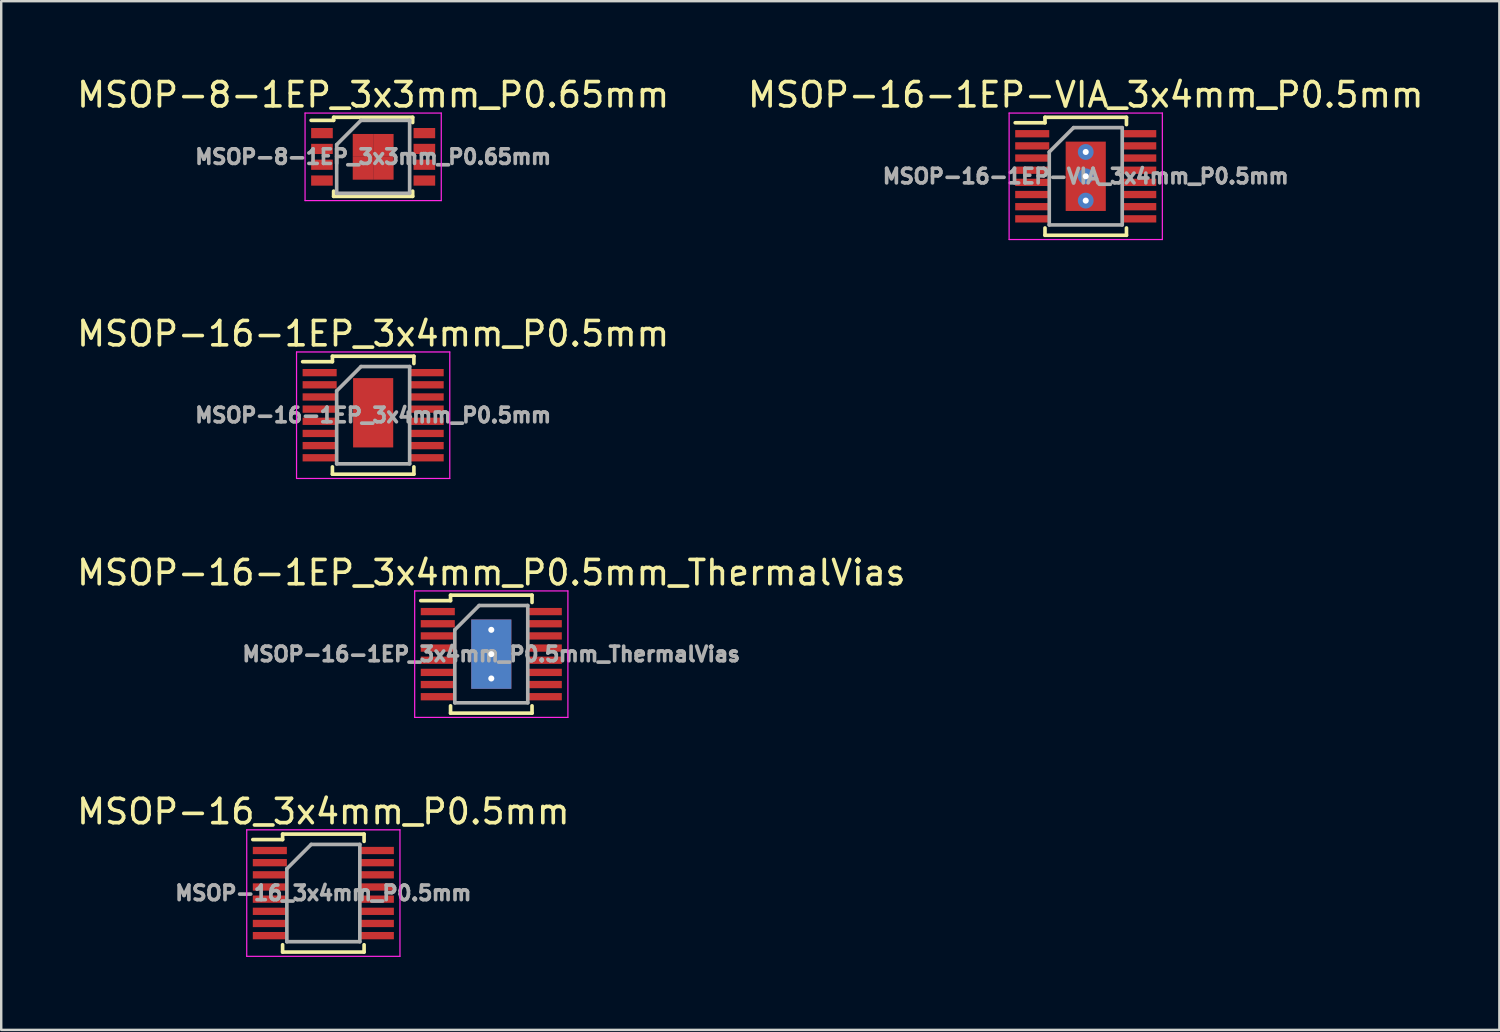
<source format=kicad_pcb>
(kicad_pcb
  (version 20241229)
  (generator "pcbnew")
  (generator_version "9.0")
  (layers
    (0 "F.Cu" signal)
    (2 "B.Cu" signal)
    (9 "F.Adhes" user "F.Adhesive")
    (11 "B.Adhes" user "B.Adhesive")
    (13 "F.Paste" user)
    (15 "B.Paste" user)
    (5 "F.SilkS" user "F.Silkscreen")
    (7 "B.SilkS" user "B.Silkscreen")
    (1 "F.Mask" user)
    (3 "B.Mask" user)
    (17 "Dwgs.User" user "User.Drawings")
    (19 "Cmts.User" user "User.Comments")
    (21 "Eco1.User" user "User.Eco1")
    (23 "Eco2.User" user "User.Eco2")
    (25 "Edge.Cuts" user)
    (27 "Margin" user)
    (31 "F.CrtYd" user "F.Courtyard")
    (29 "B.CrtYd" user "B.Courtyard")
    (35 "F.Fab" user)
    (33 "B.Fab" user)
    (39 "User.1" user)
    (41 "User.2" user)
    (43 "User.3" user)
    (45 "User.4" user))
  (footprint "MSOP-16-1EP-VIA_3x4mm_P0.5mm"
    (layer "F.Cu")
    (at 41.589 4.198)
    (property "Reference" "MSOP-16-1EP-VIA_3x4mm_P0.5mm" (at 0 -3.35 0) (layer "F.SilkS") (effects (font (size 1 1) (thickness 0.15))))
    (attr smd)
    (fp_line (start -1.675 -2.425) (end -1.675 -2.2) (stroke (width 0.15) (type solid)) (layer "F.SilkS"))
    (fp_line (start -1.675 -2.425) (end 1.675 -2.425) (stroke (width 0.15) (type solid)) (layer "F.SilkS"))
    (fp_line (start -1.675 -2.2) (end -2.9 -2.2) (stroke (width 0.15) (type solid)) (layer "F.SilkS"))
    (fp_line (start -1.675 2.425) (end -1.675 2.125) (stroke (width 0.15) (type solid)) (layer "F.SilkS"))
    (fp_line (start -1.675 2.425) (end 1.675 2.425) (stroke (width 0.15) (type solid)) (layer "F.SilkS"))
    (fp_line (start 1.675 -2.425) (end 1.675 -2.125) (stroke (width 0.15) (type solid)) (layer "F.SilkS"))
    (fp_line (start 1.675 2.425) (end 1.675 2.125) (stroke (width 0.15) (type solid)) (layer "F.SilkS"))
    (fp_line (start -3.15 -2.6) (end -3.15 2.6) (stroke (width 0.05) (type solid)) (layer "F.CrtYd"))
    (fp_line (start -3.15 -2.6) (end 3.15 -2.6) (stroke (width 0.05) (type solid)) (layer "F.CrtYd"))
    (fp_line (start -3.15 2.6) (end 3.15 2.6) (stroke (width 0.05) (type solid)) (layer "F.CrtYd"))
    (fp_line (start 3.15 -2.6) (end 3.15 2.6) (stroke (width 0.05) (type solid)) (layer "F.CrtYd"))
    (fp_line (start -1.5 -1) (end -0.5 -2) (stroke (width 0.15) (type solid)) (layer "F.Fab"))
    (fp_line (start -1.5 2) (end -1.5 -1) (stroke (width 0.15) (type solid)) (layer "F.Fab"))
    (fp_line (start -0.5 -2) (end 1.5 -2) (stroke (width 0.15) (type solid)) (layer "F.Fab"))
    (fp_line (start 1.5 -2) (end 1.5 2) (stroke (width 0.15) (type solid)) (layer "F.Fab"))
    (fp_line (start 1.5 2) (end -1.5 2) (stroke (width 0.15) (type solid)) (layer "F.Fab"))
    (fp_text user "${REFERENCE}" (at 0 0 0) (layer "F.Fab") (effects (font (size 0.6 0.6) (thickness 0.15))))
    (pad "1" smd rect (at -2.2 -1.75) (size 1.4 0.3) (layers "F.Cu" "F.Mask" "F.Paste"))
    (pad "2" smd rect (at -2.2 -1.25) (size 1.4 0.3) (layers "F.Cu" "F.Mask" "F.Paste"))
    (pad "3" smd rect (at -2.2 -0.75) (size 1.4 0.3) (layers "F.Cu" "F.Mask" "F.Paste"))
    (pad "4" smd rect (at -2.2 -0.25) (size 1.4 0.3) (layers "F.Cu" "F.Mask" "F.Paste"))
    (pad "5" smd rect (at -2.2 0.25) (size 1.4 0.3) (layers "F.Cu" "F.Mask" "F.Paste"))
    (pad "6" smd rect (at -2.2 0.75) (size 1.4 0.3) (layers "F.Cu" "F.Mask" "F.Paste"))
    (pad "7" smd rect (at -2.2 1.25) (size 1.4 0.3) (layers "F.Cu" "F.Mask" "F.Paste"))
    (pad "8" smd rect (at -2.2 1.75) (size 1.4 0.3) (layers "F.Cu" "F.Mask" "F.Paste"))
    (pad "9" smd rect (at 2.2 1.75) (size 1.4 0.3) (layers "F.Cu" "F.Mask" "F.Paste"))
    (pad "10" smd rect (at 2.2 1.25) (size 1.4 0.3) (layers "F.Cu" "F.Mask" "F.Paste"))
    (pad "11" smd rect (at 2.2 0.75) (size 1.4 0.3) (layers "F.Cu" "F.Mask" "F.Paste"))
    (pad "12" smd rect (at 2.2 0.25) (size 1.4 0.3) (layers "F.Cu" "F.Mask" "F.Paste"))
    (pad "13" smd rect (at 2.2 -0.25) (size 1.4 0.3) (layers "F.Cu" "F.Mask" "F.Paste"))
    (pad "14" smd rect (at 2.2 -0.75) (size 1.4 0.3) (layers "F.Cu" "F.Mask" "F.Paste"))
    (pad "15" smd rect (at 2.2 -1.25) (size 1.4 0.3) (layers "F.Cu" "F.Mask" "F.Paste"))
    (pad "16" smd rect (at 2.2 -1.75) (size 1.4 0.3) (layers "F.Cu" "F.Mask" "F.Paste"))
    (pad "17" thru_hole circle (at 0 -1) (size 0.65 0.65) (drill 0.25) (layers "*.Cu" "*.Paste" "*.Mask"))
    (pad "17" thru_hole circle (at 0 0) (size 0.65 0.65) (drill 0.25) (layers "*.Cu" "*.Paste" "*.Mask"))
    (pad "17" smd rect (at 0 0) (size 1.65 2.85) (layers "F.Cu" "F.Mask" "F.Paste"))
    (pad "17" thru_hole circle (at 0 1) (size 0.65 0.65) (drill 0.25) (layers "*.Cu" "*.Paste" "*.Mask")))
  (footprint "MSOP-16_3x4mm_P0.5mm"
    (layer "F.Cu")
    (at 10.244 33.668)
    (property "Reference" "MSOP-16_3x4mm_P0.5mm" (at 0 -3.35 0) (layer "F.SilkS") (effects (font (size 1 1) (thickness 0.15))))
    (attr smd)
    (fp_line (start -1.675 -2.425) (end -1.675 -2.2) (stroke (width 0.15) (type solid)) (layer "F.SilkS"))
    (fp_line (start -1.675 -2.425) (end 1.675 -2.425) (stroke (width 0.15) (type solid)) (layer "F.SilkS"))
    (fp_line (start -1.675 -2.2) (end -2.9 -2.2) (stroke (width 0.15) (type solid)) (layer "F.SilkS"))
    (fp_line (start -1.675 2.425) (end -1.675 2.125) (stroke (width 0.15) (type solid)) (layer "F.SilkS"))
    (fp_line (start -1.675 2.425) (end 1.675 2.425) (stroke (width 0.15) (type solid)) (layer "F.SilkS"))
    (fp_line (start 1.675 -2.425) (end 1.675 -2.125) (stroke (width 0.15) (type solid)) (layer "F.SilkS"))
    (fp_line (start 1.675 2.425) (end 1.675 2.125) (stroke (width 0.15) (type solid)) (layer "F.SilkS"))
    (fp_line (start -3.15 -2.6) (end -3.15 2.6) (stroke (width 0.05) (type solid)) (layer "F.CrtYd"))
    (fp_line (start -3.15 -2.6) (end 3.15 -2.6) (stroke (width 0.05) (type solid)) (layer "F.CrtYd"))
    (fp_line (start -3.15 2.6) (end 3.15 2.6) (stroke (width 0.05) (type solid)) (layer "F.CrtYd"))
    (fp_line (start 3.15 -2.6) (end 3.15 2.6) (stroke (width 0.05) (type solid)) (layer "F.CrtYd"))
    (fp_line (start -1.5 -1) (end -0.5 -2) (stroke (width 0.15) (type solid)) (layer "F.Fab"))
    (fp_line (start -1.5 2) (end -1.5 -1) (stroke (width 0.15) (type solid)) (layer "F.Fab"))
    (fp_line (start -0.5 -2) (end 1.5 -2) (stroke (width 0.15) (type solid)) (layer "F.Fab"))
    (fp_line (start 1.5 -2) (end 1.5 2) (stroke (width 0.15) (type solid)) (layer "F.Fab"))
    (fp_line (start 1.5 2) (end -1.5 2) (stroke (width 0.15) (type solid)) (layer "F.Fab"))
    (fp_text user "${REFERENCE}" (at 0 0 0) (layer "F.Fab") (effects (font (size 0.6 0.6) (thickness 0.15))))
    (pad "1" smd rect (at -2.2 -1.75) (size 1.4 0.3) (layers "F.Cu" "F.Mask" "F.Paste"))
    (pad "2" smd rect (at -2.2 -1.25) (size 1.4 0.3) (layers "F.Cu" "F.Mask" "F.Paste"))
    (pad "3" smd rect (at -2.2 -0.75) (size 1.4 0.3) (layers "F.Cu" "F.Mask" "F.Paste"))
    (pad "4" smd rect (at -2.2 -0.25) (size 1.4 0.3) (layers "F.Cu" "F.Mask" "F.Paste"))
    (pad "5" smd rect (at -2.2 0.25) (size 1.4 0.3) (layers "F.Cu" "F.Mask" "F.Paste"))
    (pad "6" smd rect (at -2.2 0.75) (size 1.4 0.3) (layers "F.Cu" "F.Mask" "F.Paste"))
    (pad "7" smd rect (at -2.2 1.25) (size 1.4 0.3) (layers "F.Cu" "F.Mask" "F.Paste"))
    (pad "8" smd rect (at -2.2 1.75) (size 1.4 0.3) (layers "F.Cu" "F.Mask" "F.Paste"))
    (pad "9" smd rect (at 2.2 1.75) (size 1.4 0.3) (layers "F.Cu" "F.Mask" "F.Paste"))
    (pad "10" smd rect (at 2.2 1.25) (size 1.4 0.3) (layers "F.Cu" "F.Mask" "F.Paste"))
    (pad "11" smd rect (at 2.2 0.75) (size 1.4 0.3) (layers "F.Cu" "F.Mask" "F.Paste"))
    (pad "12" smd rect (at 2.2 0.25) (size 1.4 0.3) (layers "F.Cu" "F.Mask" "F.Paste"))
    (pad "13" smd rect (at 2.2 -0.25) (size 1.4 0.3) (layers "F.Cu" "F.Mask" "F.Paste"))
    (pad "14" smd rect (at 2.2 -0.75) (size 1.4 0.3) (layers "F.Cu" "F.Mask" "F.Paste"))
    (pad "15" smd rect (at 2.2 -1.25) (size 1.4 0.3) (layers "F.Cu" "F.Mask" "F.Paste"))
    (pad "16" smd rect (at 2.2 -1.75) (size 1.4 0.3) (layers "F.Cu" "F.Mask" "F.Paste")))
  (footprint "MSOP-8-1EP_3x3mm_P0.65mm"
    (layer "F.Cu")
    (at 12.292 3.398)
    (property "Reference" "MSOP-8-1EP_3x3mm_P0.65mm" (at 0 -2.55 0) (layer "F.SilkS") (effects (font (size 1 1) (thickness 0.15))))
    (attr smd)
    (fp_line (start -1.625 -1.625) (end -1.625 -1.5) (stroke (width 0.15) (type solid)) (layer "F.SilkS"))
    (fp_line (start -1.625 -1.625) (end 1.625 -1.625) (stroke (width 0.15) (type solid)) (layer "F.SilkS"))
    (fp_line (start -1.625 -1.5) (end -2.55 -1.5) (stroke (width 0.15) (type solid)) (layer "F.SilkS"))
    (fp_line (start -1.625 1.625) (end -1.625 1.41) (stroke (width 0.15) (type solid)) (layer "F.SilkS"))
    (fp_line (start -1.625 1.625) (end 1.625 1.625) (stroke (width 0.15) (type solid)) (layer "F.SilkS"))
    (fp_line (start 1.625 -1.625) (end 1.625 -1.41) (stroke (width 0.15) (type solid)) (layer "F.SilkS"))
    (fp_line (start 1.625 1.625) (end 1.625 1.41) (stroke (width 0.15) (type solid)) (layer "F.SilkS"))
    (fp_line (start -2.8 -1.8) (end -2.8 1.8) (stroke (width 0.05) (type solid)) (layer "F.CrtYd"))
    (fp_line (start -2.8 -1.8) (end 2.8 -1.8) (stroke (width 0.05) (type solid)) (layer "F.CrtYd"))
    (fp_line (start -2.8 1.8) (end 2.8 1.8) (stroke (width 0.05) (type solid)) (layer "F.CrtYd"))
    (fp_line (start 2.8 -1.8) (end 2.8 1.8) (stroke (width 0.05) (type solid)) (layer "F.CrtYd"))
    (fp_line (start -1.5 -0.5) (end -0.5 -1.5) (stroke (width 0.15) (type solid)) (layer "F.Fab"))
    (fp_line (start -1.5 1.5) (end -1.5 -0.5) (stroke (width 0.15) (type solid)) (layer "F.Fab"))
    (fp_line (start -0.5 -1.5) (end 1.5 -1.5) (stroke (width 0.15) (type solid)) (layer "F.Fab"))
    (fp_line (start 1.5 -1.5) (end 1.5 1.5) (stroke (width 0.15) (type solid)) (layer "F.Fab"))
    (fp_line (start 1.5 1.5) (end -1.5 1.5) (stroke (width 0.15) (type solid)) (layer "F.Fab"))
    (fp_text user "${REFERENCE}" (at 0 0 0) (layer "F.Fab") (effects (font (size 0.6 0.6) (thickness 0.15))))
    (pad "1" smd rect (at -2.105 -0.975) (size 0.89 0.42) (layers "F.Cu" "F.Mask" "F.Paste"))
    (pad "2" smd rect (at -2.105 -0.325) (size 0.89 0.42) (layers "F.Cu" "F.Mask" "F.Paste"))
    (pad "3" smd rect (at -2.105 0.325) (size 0.89 0.42) (layers "F.Cu" "F.Mask" "F.Paste"))
    (pad "4" smd rect (at -2.105 0.975) (size 0.89 0.42) (layers "F.Cu" "F.Mask" "F.Paste"))
    (pad "5" smd rect (at 2.105 0.975) (size 0.89 0.42) (layers "F.Cu" "F.Mask" "F.Paste"))
    (pad "6" smd rect (at 2.105 0.325) (size 0.89 0.42) (layers "F.Cu" "F.Mask" "F.Paste"))
    (pad "7" smd rect (at 2.105 -0.325) (size 0.89 0.42) (layers "F.Cu" "F.Mask" "F.Paste"))
    (pad "8" smd rect (at 2.105 -0.975) (size 0.89 0.42) (layers "F.Cu" "F.Mask" "F.Paste"))
    (pad "9" smd rect (at -0.42 -0.47) (size 0.84 0.94) (layers "F.Cu" "F.Mask" "F.Paste"))
    (pad "9" smd rect (at -0.42 0.47) (size 0.84 0.94) (layers "F.Cu" "F.Mask" "F.Paste"))
    (pad "9" smd rect (at 0.42 -0.47) (size 0.84 0.94) (layers "F.Cu" "F.Mask" "F.Paste"))
    (pad "9" smd rect (at 0.42 0.47) (size 0.84 0.94) (layers "F.Cu" "F.Mask" "F.Paste")))
  (footprint "MSOP-16-1EP_3x4mm_P0.5mm_ThermalVias"
    (layer "F.Cu")
    (at 17.149 23.845)
    (property "Reference" "MSOP-16-1EP_3x4mm_P0.5mm_ThermalVias" (at 0 -3.35 0) (layer "F.SilkS") (effects (font (size 1 1) (thickness 0.15))))
    (attr smd)
    (fp_line (start -1.675 -2.425) (end -1.675 -2.2) (stroke (width 0.15) (type solid)) (layer "F.SilkS"))
    (fp_line (start -1.675 -2.425) (end 1.675 -2.425) (stroke (width 0.15) (type solid)) (layer "F.SilkS"))
    (fp_line (start -1.675 -2.2) (end -2.9 -2.2) (stroke (width 0.15) (type solid)) (layer "F.SilkS"))
    (fp_line (start -1.675 2.425) (end -1.675 2.125) (stroke (width 0.15) (type solid)) (layer "F.SilkS"))
    (fp_line (start -1.675 2.425) (end 1.675 2.425) (stroke (width 0.15) (type solid)) (layer "F.SilkS"))
    (fp_line (start 1.675 -2.425) (end 1.675 -2.125) (stroke (width 0.15) (type solid)) (layer "F.SilkS"))
    (fp_line (start 1.675 2.425) (end 1.675 2.125) (stroke (width 0.15) (type solid)) (layer "F.SilkS"))
    (fp_line (start -3.15 -2.6) (end -3.15 2.6) (stroke (width 0.05) (type solid)) (layer "F.CrtYd"))
    (fp_line (start -3.15 -2.6) (end 3.15 -2.6) (stroke (width 0.05) (type solid)) (layer "F.CrtYd"))
    (fp_line (start -3.15 2.6) (end 3.15 2.6) (stroke (width 0.05) (type solid)) (layer "F.CrtYd"))
    (fp_line (start 3.15 -2.6) (end 3.15 2.6) (stroke (width 0.05) (type solid)) (layer "F.CrtYd"))
    (fp_line (start -1.5 -1) (end -0.5 -2) (stroke (width 0.15) (type solid)) (layer "F.Fab"))
    (fp_line (start -1.5 2) (end -1.5 -1) (stroke (width 0.15) (type solid)) (layer "F.Fab"))
    (fp_line (start -0.5 -2) (end 1.5 -2) (stroke (width 0.15) (type solid)) (layer "F.Fab"))
    (fp_line (start 1.5 -2) (end 1.5 2) (stroke (width 0.15) (type solid)) (layer "F.Fab"))
    (fp_line (start 1.5 2) (end -1.5 2) (stroke (width 0.15) (type solid)) (layer "F.Fab"))
    (fp_text user "${REFERENCE}" (at 0 0 0) (layer "F.Fab") (effects (font (size 0.6 0.6) (thickness 0.15))))
    (pad "1" smd rect (at -2.2 -1.75) (size 1.4 0.3) (layers "F.Cu" "F.Mask" "F.Paste"))
    (pad "2" smd rect (at -2.2 -1.25) (size 1.4 0.3) (layers "F.Cu" "F.Mask" "F.Paste"))
    (pad "3" smd rect (at -2.2 -0.75) (size 1.4 0.3) (layers "F.Cu" "F.Mask" "F.Paste"))
    (pad "4" smd rect (at -2.2 -0.25) (size 1.4 0.3) (layers "F.Cu" "F.Mask" "F.Paste"))
    (pad "5" smd rect (at -2.2 0.25) (size 1.4 0.3) (layers "F.Cu" "F.Mask" "F.Paste"))
    (pad "6" smd rect (at -2.2 0.75) (size 1.4 0.3) (layers "F.Cu" "F.Mask" "F.Paste"))
    (pad "7" smd rect (at -2.2 1.25) (size 1.4 0.3) (layers "F.Cu" "F.Mask" "F.Paste"))
    (pad "8" smd rect (at -2.2 1.75) (size 1.4 0.3) (layers "F.Cu" "F.Mask" "F.Paste"))
    (pad "9" smd rect (at 2.2 1.75) (size 1.4 0.3) (layers "F.Cu" "F.Mask" "F.Paste"))
    (pad "10" smd rect (at 2.2 1.25) (size 1.4 0.3) (layers "F.Cu" "F.Mask" "F.Paste"))
    (pad "11" smd rect (at 2.2 0.75) (size 1.4 0.3) (layers "F.Cu" "F.Mask" "F.Paste"))
    (pad "12" smd rect (at 2.2 0.25) (size 1.4 0.3) (layers "F.Cu" "F.Mask" "F.Paste"))
    (pad "13" smd rect (at 2.2 -0.25) (size 1.4 0.3) (layers "F.Cu" "F.Mask" "F.Paste"))
    (pad "14" smd rect (at 2.2 -0.75) (size 1.4 0.3) (layers "F.Cu" "F.Mask" "F.Paste"))
    (pad "15" smd rect (at 2.2 -1.25) (size 1.4 0.3) (layers "F.Cu" "F.Mask" "F.Paste"))
    (pad "16" smd rect (at 2.2 -1.75) (size 1.4 0.3) (layers "F.Cu" "F.Mask" "F.Paste"))
    (pad "17" thru_hole circle (at 0 -1) (size 0.65 0.65) (drill 0.25) (layers "*.Cu" "F.Paste"))
    (pad "17" thru_hole circle (at 0 0) (size 0.65 0.65) (drill 0.25) (layers "*.Cu" "F.Paste"))
    (pad "17" smd rect (at 0 0) (size 1.65 2.85) (layers "F.Cu" "F.Mask" "F.Paste"))
    (pad "17" smd rect (at 0 0) (size 1.65 2.85) (layers "B.Cu"))
    (pad "17" thru_hole circle (at 0 1) (size 0.65 0.65) (drill 0.25) (layers "*.Cu" "F.Paste")))
  (footprint "MSOP-16-1EP_3x4mm_P0.5mm"
    (layer "F.Cu")
    (at 12.292 14.021)
    (property "Reference" "MSOP-16-1EP_3x4mm_P0.5mm" (at 0 -3.35 0) (layer "F.SilkS") (effects (font (size 1 1) (thickness 0.15))))
    (attr smd)
    (fp_line (start -1.675 -2.425) (end -1.675 -2.2) (stroke (width 0.15) (type solid)) (layer "F.SilkS"))
    (fp_line (start -1.675 -2.425) (end 1.675 -2.425) (stroke (width 0.15) (type solid)) (layer "F.SilkS"))
    (fp_line (start -1.675 -2.2) (end -2.9 -2.2) (stroke (width 0.15) (type solid)) (layer "F.SilkS"))
    (fp_line (start -1.675 2.425) (end -1.675 2.125) (stroke (width 0.15) (type solid)) (layer "F.SilkS"))
    (fp_line (start -1.675 2.425) (end 1.675 2.425) (stroke (width 0.15) (type solid)) (layer "F.SilkS"))
    (fp_line (start 1.675 -2.425) (end 1.675 -2.125) (stroke (width 0.15) (type solid)) (layer "F.SilkS"))
    (fp_line (start 1.675 2.425) (end 1.675 2.125) (stroke (width 0.15) (type solid)) (layer "F.SilkS"))
    (fp_line (start -3.15 -2.6) (end -3.15 2.6) (stroke (width 0.05) (type solid)) (layer "F.CrtYd"))
    (fp_line (start -3.15 -2.6) (end 3.15 -2.6) (stroke (width 0.05) (type solid)) (layer "F.CrtYd"))
    (fp_line (start -3.15 2.6) (end 3.15 2.6) (stroke (width 0.05) (type solid)) (layer "F.CrtYd"))
    (fp_line (start 3.15 -2.6) (end 3.15 2.6) (stroke (width 0.05) (type solid)) (layer "F.CrtYd"))
    (fp_line (start -1.5 -1) (end -0.5 -2) (stroke (width 0.15) (type solid)) (layer "F.Fab"))
    (fp_line (start -1.5 2) (end -1.5 -1) (stroke (width 0.15) (type solid)) (layer "F.Fab"))
    (fp_line (start -0.5 -2) (end 1.5 -2) (stroke (width 0.15) (type solid)) (layer "F.Fab"))
    (fp_line (start 1.5 -2) (end 1.5 2) (stroke (width 0.15) (type solid)) (layer "F.Fab"))
    (fp_line (start 1.5 2) (end -1.5 2) (stroke (width 0.15) (type solid)) (layer "F.Fab"))
    (fp_text user "${REFERENCE}" (at 0 0 0) (layer "F.Fab") (effects (font (size 0.6 0.6) (thickness 0.15))))
    (pad "1" smd rect (at -2.2 -1.75) (size 1.4 0.3) (layers "F.Cu" "F.Mask" "F.Paste"))
    (pad "2" smd rect (at -2.2 -1.25) (size 1.4 0.3) (layers "F.Cu" "F.Mask" "F.Paste"))
    (pad "3" smd rect (at -2.2 -0.75) (size 1.4 0.3) (layers "F.Cu" "F.Mask" "F.Paste"))
    (pad "4" smd rect (at -2.2 -0.25) (size 1.4 0.3) (layers "F.Cu" "F.Mask" "F.Paste"))
    (pad "5" smd rect (at -2.2 0.25) (size 1.4 0.3) (layers "F.Cu" "F.Mask" "F.Paste"))
    (pad "6" smd rect (at -2.2 0.75) (size 1.4 0.3) (layers "F.Cu" "F.Mask" "F.Paste"))
    (pad "7" smd rect (at -2.2 1.25) (size 1.4 0.3) (layers "F.Cu" "F.Mask" "F.Paste"))
    (pad "8" smd rect (at -2.2 1.75) (size 1.4 0.3) (layers "F.Cu" "F.Mask" "F.Paste"))
    (pad "9" smd rect (at 2.2 1.75) (size 1.4 0.3) (layers "F.Cu" "F.Mask" "F.Paste"))
    (pad "10" smd rect (at 2.2 1.25) (size 1.4 0.3) (layers "F.Cu" "F.Mask" "F.Paste"))
    (pad "11" smd rect (at 2.2 0.75) (size 1.4 0.3) (layers "F.Cu" "F.Mask" "F.Paste"))
    (pad "12" smd rect (at 2.2 0.25) (size 1.4 0.3) (layers "F.Cu" "F.Mask" "F.Paste"))
    (pad "13" smd rect (at 2.2 -0.25) (size 1.4 0.3) (layers "F.Cu" "F.Mask" "F.Paste"))
    (pad "14" smd rect (at 2.2 -0.75) (size 1.4 0.3) (layers "F.Cu" "F.Mask" "F.Paste"))
    (pad "15" smd rect (at 2.2 -1.25) (size 1.4 0.3) (layers "F.Cu" "F.Mask" "F.Paste"))
    (pad "16" smd rect (at 2.2 -1.75) (size 1.4 0.3) (layers "F.Cu" "F.Mask" "F.Paste"))
    (pad "17" smd rect (at 0 -0.1) (size 1.65 2.85) (layers "F.Cu" "F.Mask" "F.Paste")))
  (gr_rect
    (start -3 -3)
    (end 58.595 39.293)
    (stroke (width 0.1) (type default))
    (fill no)
    (layer "Edge.Cuts")))
</source>
